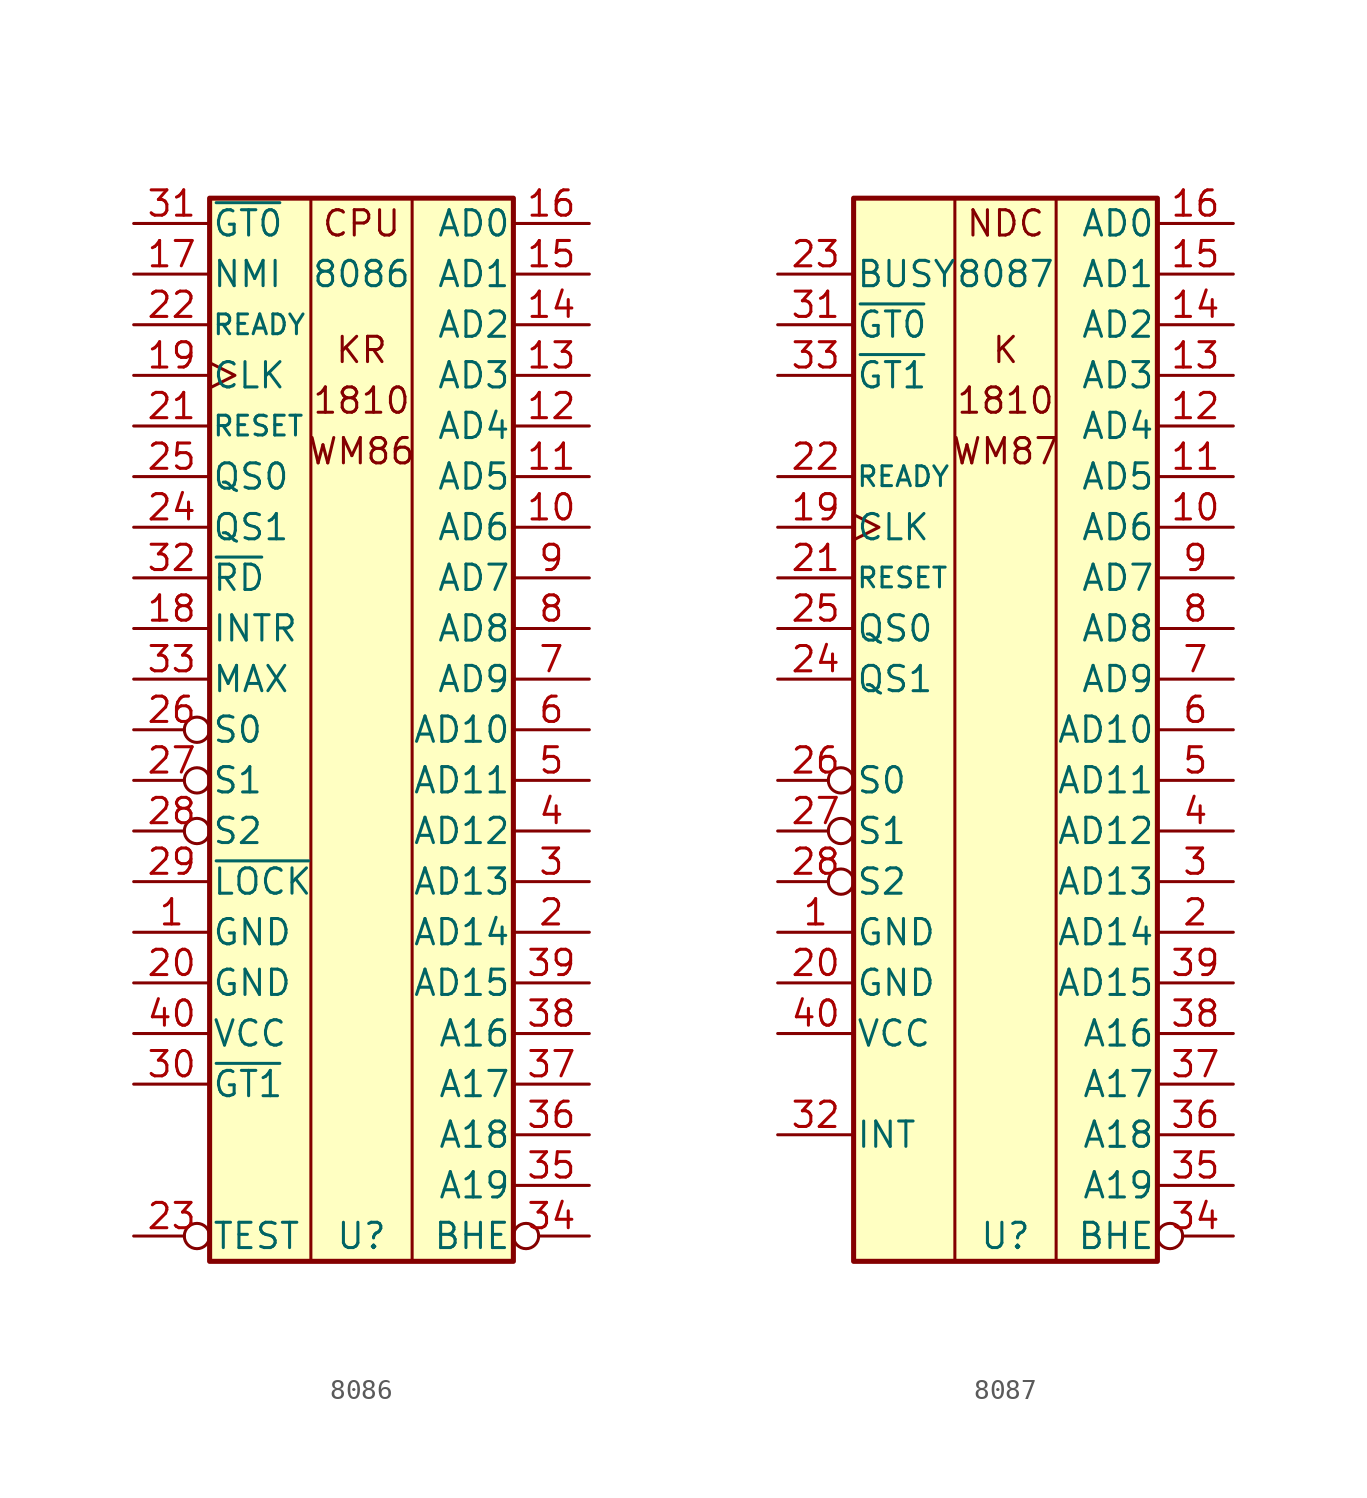
<source format=kicad_sym>
(kicad_symbol_lib
  (version 20211014)
  (generator kicad_symbol_editor)
  (symbol "8086"
    (pin_names
      (offset 0.102))
    (property "Reference" "U"
      (at 0 -25.4 0)
      (effects (font (size 1.27 1.27))))
    (property "Value" "8086"
      (at 0 22.86 0)
      (effects (font (size 1.27 1.27))))
    (symbol "8086_0_0"
      (rectangle (start -2.54 26.67) (end -2.54 -26.67) (stroke (width 0) (type default) (color 0 0 0 0)) (fill (type none)))
      (rectangle (start 2.54 26.67) (end 2.54 -26.67) (stroke (width 0) (type default) (color 0 0 0 0)) (fill (type none)))
      (text "1810" (at 0 16.51 0) (effects (font (size 1.27 1.27))))
      (text "KR" (at 0 19.05 0) (effects (font (size 1.27 1.27))))
      (text "WM86" (at 0 13.97 0) (effects (font (size 1.27 1.27)))))
    (symbol "8086_0_1"
      (rectangle (start 7.62 -26.67) (end -7.62 26.67) (stroke (width 0.254) (type default) (color 0 0 0 0)) (fill (type background))))
    (symbol "8086_1_0"
      (text "CPU" (at 0 25.4 0) (effects (font (size 1.27 1.27)))))
    (symbol "8086_1_1"
      (pin power_in line (at -11.43 -10.16 0) (length 3.81) (name "GND" (effects (font (size 1.27 1.27)))) (number "1" (effects (font (size 1.27 1.27)))))
      (pin bidirectional line (at 11.43 10.16 180) (length 3.81) (name "AD6" (effects (font (size 1.27 1.27)))) (number "10" (effects (font (size 1.27 1.27)))))
      (pin bidirectional line (at 11.43 12.7 180) (length 3.81) (name "AD5" (effects (font (size 1.27 1.27)))) (number "11" (effects (font (size 1.27 1.27)))))
      (pin bidirectional line (at 11.43 15.24 180) (length 3.81) (name "AD4" (effects (font (size 1.27 1.27)))) (number "12" (effects (font (size 1.27 1.27)))))
      (pin bidirectional line (at 11.43 17.78 180) (length 3.81) (name "AD3" (effects (font (size 1.27 1.27)))) (number "13" (effects (font (size 1.27 1.27)))))
      (pin bidirectional line (at 11.43 20.32 180) (length 3.81) (name "AD2" (effects (font (size 1.27 1.27)))) (number "14" (effects (font (size 1.27 1.27)))))
      (pin bidirectional line (at 11.43 22.86 180) (length 3.81) (name "AD1" (effects (font (size 1.27 1.27)))) (number "15" (effects (font (size 1.27 1.27)))))
      (pin bidirectional line (at 11.43 25.4 180) (length 3.81) (name "AD0" (effects (font (size 1.27 1.27)))) (number "16" (effects (font (size 1.27 1.27)))))
      (pin input line (at -11.43 22.86 0) (length 3.81) (name "NMI" (effects (font (size 1.27 1.27)))) (number "17" (effects (font (size 1.27 1.27)))))
      (pin input line (at -11.43 5.08 0) (length 3.81) (name "INTR" (effects (font (size 1.27 1.27)))) (number "18" (effects (font (size 1.27 1.27)))))
      (pin input clock (at -11.43 17.78 0) (length 3.81) (name "CLK" (effects (font (size 1.27 1.27)))) (number "19" (effects (font (size 1.27 1.27)))))
      (pin bidirectional line (at 11.43 -10.16 180) (length 3.81) (name "AD14" (effects (font (size 1.27 1.27)))) (number "2" (effects (font (size 1.27 1.27)))))
      (pin power_in line (at -11.43 -12.7 0) (length 3.81) (name "GND" (effects (font (size 1.27 1.27)))) (number "20" (effects (font (size 1.27 1.27)))))
      (pin input line (at -11.43 15.24 0) (length 3.81) (name "RESET" (effects (font (size 0.991 0.991)))) (number "21" (effects (font (size 1.27 1.27)))))
      (pin input line (at -11.43 20.32 0) (length 3.81) (name "READY" (effects (font (size 0.991 0.991)))) (number "22" (effects (font (size 1.27 1.27)))))
      (pin input inverted (at -11.43 -25.4 0) (length 3.81) (name "TEST" (effects (font (size 1.27 1.27)))) (number "23" (effects (font (size 1.27 1.27)))))
      (pin output line (at -11.43 10.16 0) (length 3.81) (name "QS1" (effects (font (size 1.27 1.27)))) (number "24" (effects (font (size 1.27 1.27)))))
      (pin output line (at -11.43 12.7 0) (length 3.81) (name "QS0" (effects (font (size 1.27 1.27)))) (number "25" (effects (font (size 1.27 1.27)))))
      (pin output inverted (at -11.43 0 0) (length 3.81) (name "S0" (effects (font (size 1.27 1.27)))) (number "26" (effects (font (size 1.27 1.27)))))
      (pin output inverted (at -11.43 -2.54 0) (length 3.81) (name "S1" (effects (font (size 1.27 1.27)))) (number "27" (effects (font (size 1.27 1.27)))))
      (pin output inverted (at -11.43 -5.08 0) (length 3.81) (name "S2" (effects (font (size 1.27 1.27)))) (number "28" (effects (font (size 1.27 1.27)))))
      (pin output line (at -11.43 -7.62 0) (length 3.81) (name "~{LOCK}" (effects (font (size 1.27 1.27)))) (number "29" (effects (font (size 1.27 1.27)))))
      (pin bidirectional line (at 11.43 -7.62 180) (length 3.81) (name "AD13" (effects (font (size 1.27 1.27)))) (number "3" (effects (font (size 1.27 1.27)))))
      (pin bidirectional line (at -11.43 -17.78 0) (length 3.81) (name "~{GT1}" (effects (font (size 1.27 1.27)))) (number "30" (effects (font (size 1.27 1.27)))))
      (pin bidirectional line (at -11.43 25.4 0) (length 3.81) (name "~{GT0}" (effects (font (size 1.27 1.27)))) (number "31" (effects (font (size 1.27 1.27)))))
      (pin output line (at -11.43 7.62 0) (length 3.81) (name "~{RD}" (effects (font (size 1.27 1.27)))) (number "32" (effects (font (size 1.27 1.27)))))
      (pin input line (at -11.43 2.54 0) (length 3.81) (name "MAX" (effects (font (size 1.27 1.27)))) (number "33" (effects (font (size 1.27 1.27)))))
      (pin output inverted (at 11.43 -25.4 180) (length 3.81) (name "BHE" (effects (font (size 1.27 1.27)))) (number "34" (effects (font (size 1.27 1.27)))))
      (pin output line (at 11.43 -22.86 180) (length 3.81) (name "A19" (effects (font (size 1.27 1.27)))) (number "35" (effects (font (size 1.27 1.27)))))
      (pin output line (at 11.43 -20.32 180) (length 3.81) (name "A18" (effects (font (size 1.27 1.27)))) (number "36" (effects (font (size 1.27 1.27)))))
      (pin output line (at 11.43 -17.78 180) (length 3.81) (name "A17" (effects (font (size 1.27 1.27)))) (number "37" (effects (font (size 1.27 1.27)))))
      (pin output line (at 11.43 -15.24 180) (length 3.81) (name "A16" (effects (font (size 1.27 1.27)))) (number "38" (effects (font (size 1.27 1.27)))))
      (pin bidirectional line (at 11.43 -12.7 180) (length 3.81) (name "AD15" (effects (font (size 1.27 1.27)))) (number "39" (effects (font (size 1.27 1.27)))))
      (pin bidirectional line (at 11.43 -5.08 180) (length 3.81) (name "AD12" (effects (font (size 1.27 1.27)))) (number "4" (effects (font (size 1.27 1.27)))))
      (pin power_in line (at -11.43 -15.24 0) (length 3.81) (name "VCC" (effects (font (size 1.27 1.27)))) (number "40" (effects (font (size 1.27 1.27)))))
      (pin bidirectional line (at 11.43 -2.54 180) (length 3.81) (name "AD11" (effects (font (size 1.27 1.27)))) (number "5" (effects (font (size 1.27 1.27)))))
      (pin bidirectional line (at 11.43 0 180) (length 3.81) (name "AD10" (effects (font (size 1.27 1.27)))) (number "6" (effects (font (size 1.27 1.27)))))
      (pin bidirectional line (at 11.43 2.54 180) (length 3.81) (name "AD9" (effects (font (size 1.27 1.27)))) (number "7" (effects (font (size 1.27 1.27)))))
      (pin bidirectional line (at 11.43 5.08 180) (length 3.81) (name "AD8" (effects (font (size 1.27 1.27)))) (number "8" (effects (font (size 1.27 1.27)))))
      (pin bidirectional line (at 11.43 7.62 180) (length 3.81) (name "AD7" (effects (font (size 1.27 1.27)))) (number "9" (effects (font (size 1.27 1.27)))))))
  (symbol "8087"
    (pin_names
      (offset 0.102))
    (property "Reference" "U"
      (at 0 -25.4 0)
      (effects (font (size 1.27 1.27))))
    (property "Value" "8087"
      (at 0 22.86 0)
      (effects (font (size 1.27 1.27))))
    (symbol "8087_0_0"
      (text "1810" (at 0 16.51 0) (effects (font (size 1.27 1.27))))
      (text "K" (at 0 19.05 0) (effects (font (size 1.27 1.27))))
      (text "NDC" (at 0 25.4 0) (effects (font (size 1.27 1.27))))
      (text "WM87" (at 0 13.97 0) (effects (font (size 1.27 1.27)))))
    (symbol "8087_0_1"
      (rectangle (start -2.54 26.67) (end -2.54 -26.67) (stroke (width 0) (type default) (color 0 0 0 0)) (fill (type none)))
      (rectangle (start 2.54 26.67) (end 2.54 -26.67) (stroke (width 0) (type default) (color 0 0 0 0)) (fill (type none)))
      (rectangle (start 7.62 -26.67) (end -7.62 26.67) (stroke (width 0.254) (type default) (color 0 0 0 0)) (fill (type background))))
    (symbol "8087_1_1"
      (pin power_in line (at -11.43 -10.16 0) (length 3.81) (name "GND" (effects (font (size 1.27 1.27)))) (number "1" (effects (font (size 1.27 1.27)))))
      (pin bidirectional line (at 11.43 10.16 180) (length 3.81) (name "AD6" (effects (font (size 1.27 1.27)))) (number "10" (effects (font (size 1.27 1.27)))))
      (pin bidirectional line (at 11.43 12.7 180) (length 3.81) (name "AD5" (effects (font (size 1.27 1.27)))) (number "11" (effects (font (size 1.27 1.27)))))
      (pin bidirectional line (at 11.43 15.24 180) (length 3.81) (name "AD4" (effects (font (size 1.27 1.27)))) (number "12" (effects (font (size 1.27 1.27)))))
      (pin bidirectional line (at 11.43 17.78 180) (length 3.81) (name "AD3" (effects (font (size 1.27 1.27)))) (number "13" (effects (font (size 1.27 1.27)))))
      (pin bidirectional line (at 11.43 20.32 180) (length 3.81) (name "AD2" (effects (font (size 1.27 1.27)))) (number "14" (effects (font (size 1.27 1.27)))))
      (pin bidirectional line (at 11.43 22.86 180) (length 3.81) (name "AD1" (effects (font (size 1.27 1.27)))) (number "15" (effects (font (size 1.27 1.27)))))
      (pin bidirectional line (at 11.43 25.4 180) (length 3.81) (name "AD0" (effects (font (size 1.27 1.27)))) (number "16" (effects (font (size 1.27 1.27)))))
      (pin no_connect line (at -11.43 15.24 0) (length 3.81) hide (name "NC" (effects (font (size 1.27 1.27)))) (number "17" (effects (font (size 1.27 1.27)))))
      (pin no_connect line (at -11.43 0 0) (length 3.81) hide (name "NC" (effects (font (size 1.27 1.27)))) (number "18" (effects (font (size 1.27 1.27)))))
      (pin input clock (at -11.43 10.16 0) (length 3.81) (name "CLK" (effects (font (size 1.27 1.27)))) (number "19" (effects (font (size 1.27 1.27)))))
      (pin bidirectional line (at 11.43 -10.16 180) (length 3.81) (name "AD14" (effects (font (size 1.27 1.27)))) (number "2" (effects (font (size 1.27 1.27)))))
      (pin power_in line (at -11.43 -12.7 0) (length 3.81) (name "GND" (effects (font (size 1.27 1.27)))) (number "20" (effects (font (size 1.27 1.27)))))
      (pin input line (at -11.43 7.62 0) (length 3.81) (name "RESET" (effects (font (size 0.991 0.991)))) (number "21" (effects (font (size 1.27 1.27)))))
      (pin input line (at -11.43 12.7 0) (length 3.81) (name "READY" (effects (font (size 0.991 0.991)))) (number "22" (effects (font (size 1.27 1.27)))))
      (pin output line (at -11.43 22.86 0) (length 3.81) (name "BUSY" (effects (font (size 1.27 1.27)))) (number "23" (effects (font (size 1.27 1.27)))))
      (pin input line (at -11.43 2.54 0) (length 3.81) (name "QS1" (effects (font (size 1.27 1.27)))) (number "24" (effects (font (size 1.27 1.27)))))
      (pin input line (at -11.43 5.08 0) (length 3.81) (name "QS0" (effects (font (size 1.27 1.27)))) (number "25" (effects (font (size 1.27 1.27)))))
      (pin bidirectional inverted (at -11.43 -2.54 0) (length 3.81) (name "S0" (effects (font (size 1.27 1.27)))) (number "26" (effects (font (size 1.27 1.27)))))
      (pin bidirectional inverted (at -11.43 -5.08 0) (length 3.81) (name "S1" (effects (font (size 1.27 1.27)))) (number "27" (effects (font (size 1.27 1.27)))))
      (pin bidirectional inverted (at -11.43 -7.62 0) (length 3.81) (name "S2" (effects (font (size 1.27 1.27)))) (number "28" (effects (font (size 1.27 1.27)))))
      (pin no_connect line (at -11.43 -17.78 0) (length 3.81) hide (name "NC" (effects (font (size 1.27 1.27)))) (number "29" (effects (font (size 1.27 1.27)))))
      (pin bidirectional line (at 11.43 -7.62 180) (length 3.81) (name "AD13" (effects (font (size 1.27 1.27)))) (number "3" (effects (font (size 1.27 1.27)))))
      (pin no_connect line (at -11.43 -22.86 0) (length 3.81) hide (name "NC" (effects (font (size 1.27 1.27)))) (number "30" (effects (font (size 1.27 1.27)))))
      (pin bidirectional line (at -11.43 20.32 0) (length 3.81) (name "~{GT0}" (effects (font (size 1.27 1.27)))) (number "31" (effects (font (size 1.27 1.27)))))
      (pin output line (at -11.43 -20.32 0) (length 3.81) (name "INT" (effects (font (size 1.27 1.27)))) (number "32" (effects (font (size 1.27 1.27)))))
      (pin bidirectional line (at -11.43 17.78 0) (length 3.81) (name "~{GT1}" (effects (font (size 1.27 1.27)))) (number "33" (effects (font (size 1.27 1.27)))))
      (pin bidirectional inverted (at 11.43 -25.4 180) (length 3.81) (name "BHE" (effects (font (size 1.27 1.27)))) (number "34" (effects (font (size 1.27 1.27)))))
      (pin bidirectional line (at 11.43 -22.86 180) (length 3.81) (name "A19" (effects (font (size 1.27 1.27)))) (number "35" (effects (font (size 1.27 1.27)))))
      (pin bidirectional line (at 11.43 -20.32 180) (length 3.81) (name "A18" (effects (font (size 1.27 1.27)))) (number "36" (effects (font (size 1.27 1.27)))))
      (pin bidirectional line (at 11.43 -17.78 180) (length 3.81) (name "A17" (effects (font (size 1.27 1.27)))) (number "37" (effects (font (size 1.27 1.27)))))
      (pin bidirectional line (at 11.43 -15.24 180) (length 3.81) (name "A16" (effects (font (size 1.27 1.27)))) (number "38" (effects (font (size 1.27 1.27)))))
      (pin bidirectional line (at 11.43 -12.7 180) (length 3.81) (name "AD15" (effects (font (size 1.27 1.27)))) (number "39" (effects (font (size 1.27 1.27)))))
      (pin bidirectional line (at 11.43 -5.08 180) (length 3.81) (name "AD12" (effects (font (size 1.27 1.27)))) (number "4" (effects (font (size 1.27 1.27)))))
      (pin power_in line (at -11.43 -15.24 0) (length 3.81) (name "VCC" (effects (font (size 1.27 1.27)))) (number "40" (effects (font (size 1.27 1.27)))))
      (pin bidirectional line (at 11.43 -2.54 180) (length 3.81) (name "AD11" (effects (font (size 1.27 1.27)))) (number "5" (effects (font (size 1.27 1.27)))))
      (pin bidirectional line (at 11.43 0 180) (length 3.81) (name "AD10" (effects (font (size 1.27 1.27)))) (number "6" (effects (font (size 1.27 1.27)))))
      (pin bidirectional line (at 11.43 2.54 180) (length 3.81) (name "AD9" (effects (font (size 1.27 1.27)))) (number "7" (effects (font (size 1.27 1.27)))))
      (pin bidirectional line (at 11.43 5.08 180) (length 3.81) (name "AD8" (effects (font (size 1.27 1.27)))) (number "8" (effects (font (size 1.27 1.27)))))
      (pin bidirectional line (at 11.43 7.62 180) (length 3.81) (name "AD7" (effects (font (size 1.27 1.27)))) (number "9" (effects (font (size 1.27 1.27))))))))
</source>
